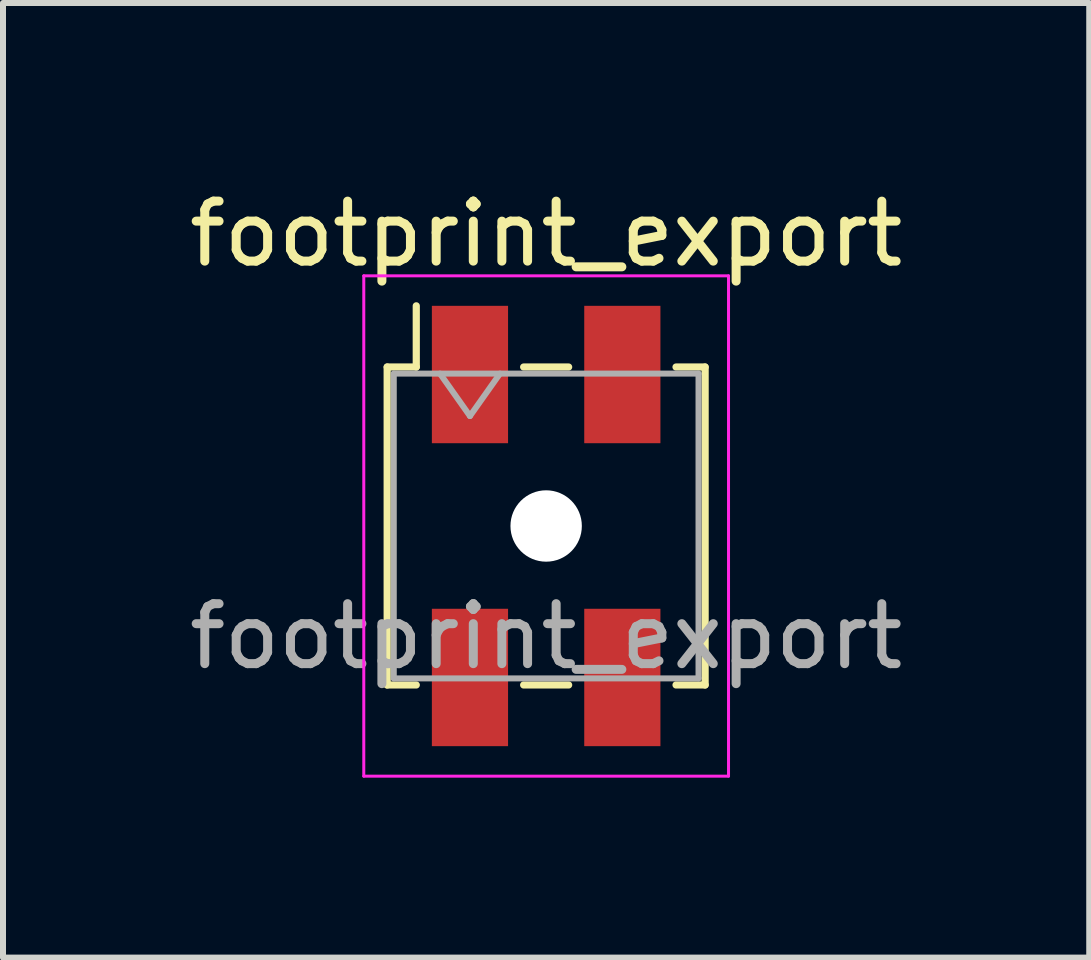
<source format=kicad_pcb>
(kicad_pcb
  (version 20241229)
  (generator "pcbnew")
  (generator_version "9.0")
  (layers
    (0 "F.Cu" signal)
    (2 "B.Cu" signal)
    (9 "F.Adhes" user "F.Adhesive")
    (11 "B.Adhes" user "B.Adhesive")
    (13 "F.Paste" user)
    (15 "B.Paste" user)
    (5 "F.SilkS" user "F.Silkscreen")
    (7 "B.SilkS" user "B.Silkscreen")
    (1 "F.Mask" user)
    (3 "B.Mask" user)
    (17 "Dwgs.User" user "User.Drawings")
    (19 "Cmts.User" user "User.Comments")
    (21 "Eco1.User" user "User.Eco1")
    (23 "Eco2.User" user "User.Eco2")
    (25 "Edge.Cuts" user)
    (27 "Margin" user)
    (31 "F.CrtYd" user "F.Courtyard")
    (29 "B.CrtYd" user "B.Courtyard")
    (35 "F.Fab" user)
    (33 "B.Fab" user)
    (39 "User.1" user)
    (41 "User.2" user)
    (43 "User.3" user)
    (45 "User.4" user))
  (footprint "footprint_export"
    (layer "F.Cu")
    (at 6.054 5.718)
    (property "Reference" "footprint_export" (at 0 -4.87 0) (layer "F.SilkS") (effects (font (size 1 1) (thickness 0.15))))
    (attr smd)
    (fp_line (start -2.65 -2.65) (end -2.65 2.65) (stroke (width 0.12) (type solid)) (layer "F.SilkS"))
    (fp_line (start -2.65 2.65) (end -2.165 2.65) (stroke (width 0.12) (type solid)) (layer "F.SilkS"))
    (fp_line (start -2.165 -3.67) (end -2.165 -2.65) (stroke (width 0.12) (type solid)) (layer "F.SilkS"))
    (fp_line (start -2.165 -2.65) (end -2.65 -2.65) (stroke (width 0.12) (type solid)) (layer "F.SilkS"))
    (fp_line (start -0.375 -2.65) (end 0.375 -2.65) (stroke (width 0.12) (type solid)) (layer "F.SilkS"))
    (fp_line (start -0.375 2.65) (end 0.375 2.65) (stroke (width 0.12) (type solid)) (layer "F.SilkS"))
    (fp_line (start 2.165 -2.65) (end 2.65 -2.65) (stroke (width 0.12) (type solid)) (layer "F.SilkS"))
    (fp_line (start 2.65 -2.65) (end 2.65 2.65) (stroke (width 0.12) (type solid)) (layer "F.SilkS"))
    (fp_line (start 2.65 2.65) (end 2.165 2.65) (stroke (width 0.12) (type solid)) (layer "F.SilkS"))
    (fp_line (start -3.04 -4.17) (end 3.04 -4.17) (stroke (width 0.05) (type solid)) (layer "F.CrtYd"))
    (fp_line (start -3.04 4.17) (end -3.04 -4.17) (stroke (width 0.05) (type solid)) (layer "F.CrtYd"))
    (fp_line (start 3.04 -4.17) (end 3.04 4.17) (stroke (width 0.05) (type solid)) (layer "F.CrtYd"))
    (fp_line (start 3.04 4.17) (end -3.04 4.17) (stroke (width 0.05) (type solid)) (layer "F.CrtYd"))
    (fp_line (start -2.54 -2.54) (end 2.54 -2.54) (stroke (width 0.1) (type solid)) (layer "F.Fab"))
    (fp_line (start -2.54 2.54) (end -2.54 -2.54) (stroke (width 0.1) (type solid)) (layer "F.Fab"))
    (fp_line (start -1.77 -2.54) (end -1.27 -1.833) (stroke (width 0.1) (type solid)) (layer "F.Fab"))
    (fp_line (start -1.27 -1.833) (end -0.77 -2.54) (stroke (width 0.1) (type solid)) (layer "F.Fab"))
    (fp_line (start 2.54 -2.54) (end 2.54 2.54) (stroke (width 0.1) (type solid)) (layer "F.Fab"))
    (fp_line (start 2.54 2.54) (end -2.54 2.54) (stroke (width 0.1) (type solid)) (layer "F.Fab"))
    (fp_text user "${REFERENCE}" (at 0 1.84 0) (layer "F.Fab") (effects (font (size 1 1) (thickness 0.15))))
    (pad "" np_thru_hole circle (at 0 0) (size 1.19 1.19) (drill 1.19) (layers "*.Cu" "*.Mask"))
    (pad "1" smd rect (at -1.27 -2.525) (size 1.27 2.29) (layers "F.Cu" "F.Mask" "F.Paste"))
    (pad "2" smd rect (at -1.27 2.525) (size 1.27 2.29) (layers "F.Cu" "F.Mask" "F.Paste"))
    (pad "3" smd rect (at 1.27 -2.525) (size 1.27 2.29) (layers "F.Cu" "F.Mask" "F.Paste"))
    (pad "4" smd rect (at 1.27 2.525) (size 1.27 2.29) (layers "F.Cu" "F.Mask" "F.Paste")))
  (gr_rect
    (start -3 -3)
    (end 15.107 12.913)
    (stroke (width 0.1) (type default))
    (fill no)
    (layer "Edge.Cuts")))
</source>
